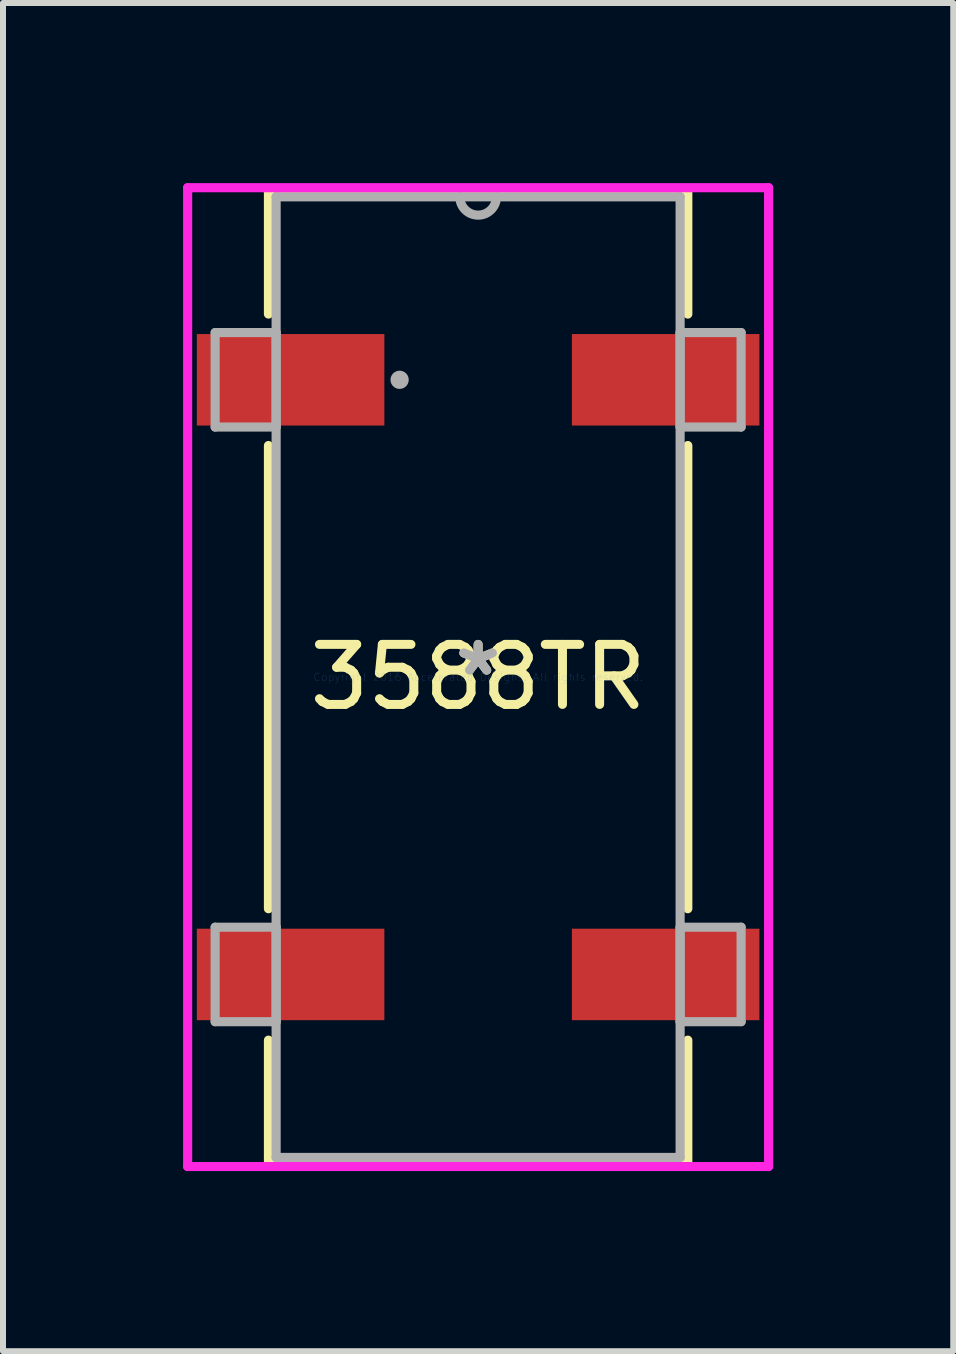
<source format=kicad_pcb>
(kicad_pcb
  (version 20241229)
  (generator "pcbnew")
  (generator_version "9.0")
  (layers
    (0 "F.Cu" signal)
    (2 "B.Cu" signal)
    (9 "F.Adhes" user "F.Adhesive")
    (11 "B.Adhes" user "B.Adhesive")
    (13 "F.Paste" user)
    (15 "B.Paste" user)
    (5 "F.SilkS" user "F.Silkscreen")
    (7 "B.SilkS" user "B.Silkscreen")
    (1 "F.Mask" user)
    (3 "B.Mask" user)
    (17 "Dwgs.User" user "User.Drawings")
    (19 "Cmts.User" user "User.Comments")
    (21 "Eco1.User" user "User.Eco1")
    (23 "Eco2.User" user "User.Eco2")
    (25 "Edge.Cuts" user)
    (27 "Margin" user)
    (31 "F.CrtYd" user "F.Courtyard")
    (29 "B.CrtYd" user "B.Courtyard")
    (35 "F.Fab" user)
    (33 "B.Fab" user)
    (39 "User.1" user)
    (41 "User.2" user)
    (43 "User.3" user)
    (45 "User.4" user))
  (footprint "3588TR"
    (layer "F.Cu")
    (at 4.915 8.23)
    (property "Reference" "3588TR" (at 0 0 0) (layer "F.SilkS") (effects (font (size 1 1) (thickness 0.15))))
    (attr through_hole)
    (fp_line (start -3.493 -8.128) (end -3.493 -6.048) (stroke (width 0.152) (type solid)) (layer "F.SilkS"))
    (fp_line (start -3.493 -3.858) (end -3.493 3.858) (stroke (width 0.152) (type solid)) (layer "F.SilkS"))
    (fp_line (start -3.493 6.048) (end -3.493 8.128) (stroke (width 0.152) (type solid)) (layer "F.SilkS"))
    (fp_line (start -3.493 8.128) (end 3.493 8.128) (stroke (width 0.152) (type solid)) (layer "F.SilkS"))
    (fp_line (start 3.493 -8.128) (end -3.493 -8.128) (stroke (width 0.152) (type solid)) (layer "F.SilkS"))
    (fp_line (start 3.493 -6.048) (end 3.493 -8.128) (stroke (width 0.152) (type solid)) (layer "F.SilkS"))
    (fp_line (start 3.493 3.858) (end 3.493 -3.858) (stroke (width 0.152) (type solid)) (layer "F.SilkS"))
    (fp_line (start 3.493 8.128) (end 3.493 6.048) (stroke (width 0.152) (type solid)) (layer "F.SilkS"))
    (fp_line (start -4.839 -8.153) (end 4.839 -8.153) (stroke (width 0.152) (type solid)) (layer "F.CrtYd"))
    (fp_line (start -4.839 8.153) (end -4.839 -8.153) (stroke (width 0.152) (type solid)) (layer "F.CrtYd"))
    (fp_line (start 4.839 -8.153) (end 4.839 8.153) (stroke (width 0.152) (type solid)) (layer "F.CrtYd"))
    (fp_line (start 4.839 8.153) (end -4.839 8.153) (stroke (width 0.152) (type solid)) (layer "F.CrtYd"))
    (fp_line (start -4.381 -5.74) (end -4.381 -4.166) (stroke (width 0.152) (type solid)) (layer "F.Fab"))
    (fp_line (start -4.381 -4.166) (end -3.365 -4.166) (stroke (width 0.152) (type solid)) (layer "F.Fab"))
    (fp_line (start -4.381 4.166) (end -4.381 5.74) (stroke (width 0.152) (type solid)) (layer "F.Fab"))
    (fp_line (start -4.381 5.74) (end -3.365 5.74) (stroke (width 0.152) (type solid)) (layer "F.Fab"))
    (fp_line (start -3.365 -8.001) (end -3.365 8.001) (stroke (width 0.152) (type solid)) (layer "F.Fab"))
    (fp_line (start -3.365 -5.74) (end -4.381 -5.74) (stroke (width 0.152) (type solid)) (layer "F.Fab"))
    (fp_line (start -3.365 -4.166) (end -3.365 -5.74) (stroke (width 0.152) (type solid)) (layer "F.Fab"))
    (fp_line (start -3.365 4.166) (end -4.381 4.166) (stroke (width 0.152) (type solid)) (layer "F.Fab"))
    (fp_line (start -3.365 5.74) (end -3.365 4.166) (stroke (width 0.152) (type solid)) (layer "F.Fab"))
    (fp_line (start -3.365 8.001) (end 3.365 8.001) (stroke (width 0.152) (type solid)) (layer "F.Fab"))
    (fp_line (start 3.365 -8.001) (end -3.365 -8.001) (stroke (width 0.152) (type solid)) (layer "F.Fab"))
    (fp_line (start 3.365 -5.74) (end 3.365 -4.166) (stroke (width 0.152) (type solid)) (layer "F.Fab"))
    (fp_line (start 3.365 -4.166) (end 4.381 -4.166) (stroke (width 0.152) (type solid)) (layer "F.Fab"))
    (fp_line (start 3.365 4.166) (end 3.365 5.74) (stroke (width 0.152) (type solid)) (layer "F.Fab"))
    (fp_line (start 3.365 5.74) (end 4.381 5.74) (stroke (width 0.152) (type solid)) (layer "F.Fab"))
    (fp_line (start 3.365 8.001) (end 3.365 -8.001) (stroke (width 0.152) (type solid)) (layer "F.Fab"))
    (fp_line (start 4.381 -5.74) (end 3.365 -5.74) (stroke (width 0.152) (type solid)) (layer "F.Fab"))
    (fp_line (start 4.381 -4.166) (end 4.381 -5.74) (stroke (width 0.152) (type solid)) (layer "F.Fab"))
    (fp_line (start 4.381 4.166) (end 3.365 4.166) (stroke (width 0.152) (type solid)) (layer "F.Fab"))
    (fp_line (start 4.381 5.74) (end 4.381 4.166) (stroke (width 0.152) (type solid)) (layer "F.Fab"))
    (fp_arc (start 0.3048 -8.001) (mid 0 -7.6962) (end -0.3048 -8.001) (stroke (width 0.1524) (type solid)) (layer "F.Fab"))
    (fp_circle (center -1.308 -4.953) (end -1.308 -4.953) (stroke (width 0.152) (type solid)) (fill no) (layer "F.Fab"))
    (fp_text user "*" (at 0 0 0) (layer "F.SilkS") (effects (font (size 1 1) (thickness 0.15))))
    (fp_text user "Copyright 2016 Accelerated Designs. All rights reserved." (at 0 0 0) (layer "Cmts.User") (effects (font (size 0.127 0.127) (thickness 0.002))))
    (fp_text user "*" (at 0 0 0) (layer "F.Fab") (effects (font (size 1 1) (thickness 0.15))))
    (pad "1" smd rect (at -3.124 -4.953) (size 3.124 1.524) (layers "F.Cu" "F.Mask" "F.Paste"))
    (pad "2" smd rect (at -3.124 4.953) (size 3.124 1.524) (layers "F.Cu" "F.Mask" "F.Paste"))
    (pad "3" smd rect (at 3.124 4.953) (size 3.124 1.524) (layers "F.Cu" "F.Mask" "F.Paste"))
    (pad "4" smd rect (at 3.124 -4.953) (size 3.124 1.524) (layers "F.Cu" "F.Mask" "F.Paste")))
  (gr_rect
    (start -3 -3)
    (end 12.83 19.459)
    (stroke (width 0.1) (type default))
    (fill no)
    (layer "Edge.Cuts")))
</source>
